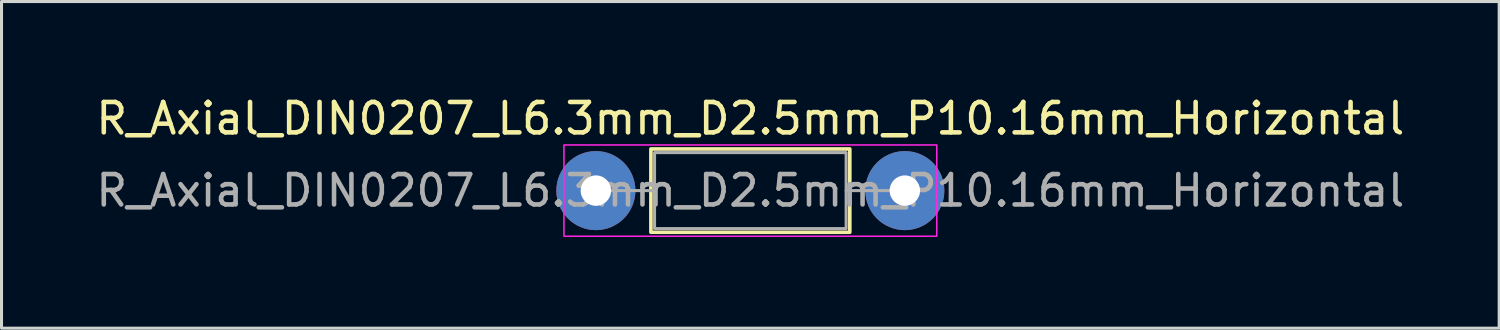
<source format=kicad_pcb>
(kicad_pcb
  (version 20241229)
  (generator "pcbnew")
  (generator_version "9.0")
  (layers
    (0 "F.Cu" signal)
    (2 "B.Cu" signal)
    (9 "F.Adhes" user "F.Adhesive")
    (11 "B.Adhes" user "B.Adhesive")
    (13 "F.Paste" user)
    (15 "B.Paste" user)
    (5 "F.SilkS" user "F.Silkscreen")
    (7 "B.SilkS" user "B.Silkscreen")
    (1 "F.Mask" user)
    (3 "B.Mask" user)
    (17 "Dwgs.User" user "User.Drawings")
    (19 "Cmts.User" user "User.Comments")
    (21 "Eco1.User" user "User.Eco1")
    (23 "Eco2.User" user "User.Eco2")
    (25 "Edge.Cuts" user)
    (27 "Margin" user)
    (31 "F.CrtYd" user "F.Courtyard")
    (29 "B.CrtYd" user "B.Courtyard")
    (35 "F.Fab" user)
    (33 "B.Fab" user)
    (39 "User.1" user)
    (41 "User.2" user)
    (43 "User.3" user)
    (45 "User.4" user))
  (footprint "R_Axial_DIN0207_L6.3mm_D2.5mm_P10.16mm_Horizontal"
    (layer "F.Cu")
    (at 16.545 3.218)
    (property "Reference" "R_Axial_DIN0207_L6.3mm_D2.5mm_P10.16mm_Horizontal" (at 5.08 -2.37 0) (layer "F.SilkS") (effects (font (size 1 1) (thickness 0.15))))
    (attr through_hole)
    (fp_rect (start 1.81 -1.37) (end 8.35 1.37) (stroke (width 0.12) (type solid)) (fill no) (layer "F.SilkS"))
    (fp_rect (start -1.05 -1.5) (end 11.21 1.5) (stroke (width 0.05) (type solid)) (fill no) (layer "F.CrtYd"))
    (fp_line (start 0 0) (end 1.93 0) (stroke (width 0.1) (type solid)) (layer "F.Fab"))
    (fp_line (start 10.16 0) (end 8.23 0) (stroke (width 0.1) (type solid)) (layer "F.Fab"))
    (fp_rect (start 1.93 -1.25) (end 8.23 1.25) (stroke (width 0.1) (type solid)) (fill no) (layer "F.Fab"))
    (fp_text user "${REFERENCE}" (at 5.08 0 0) (layer "F.Fab") (effects (font (size 1 1) (thickness 0.15))))
    (pad "1" thru_hole circle (at 0 0) (size 2.6 2.6) (drill 1) (layers "*.Cu" "*.Mask"))
    (pad "2" thru_hole circle (at 10.16 0) (size 2.6 2.6) (drill 1) (layers "*.Cu" "*.Mask")))
  (gr_rect
    (start -3 -3)
    (end 46.25 7.743)
    (stroke (width 0.1) (type default))
    (fill no)
    (layer "Edge.Cuts")))
</source>
